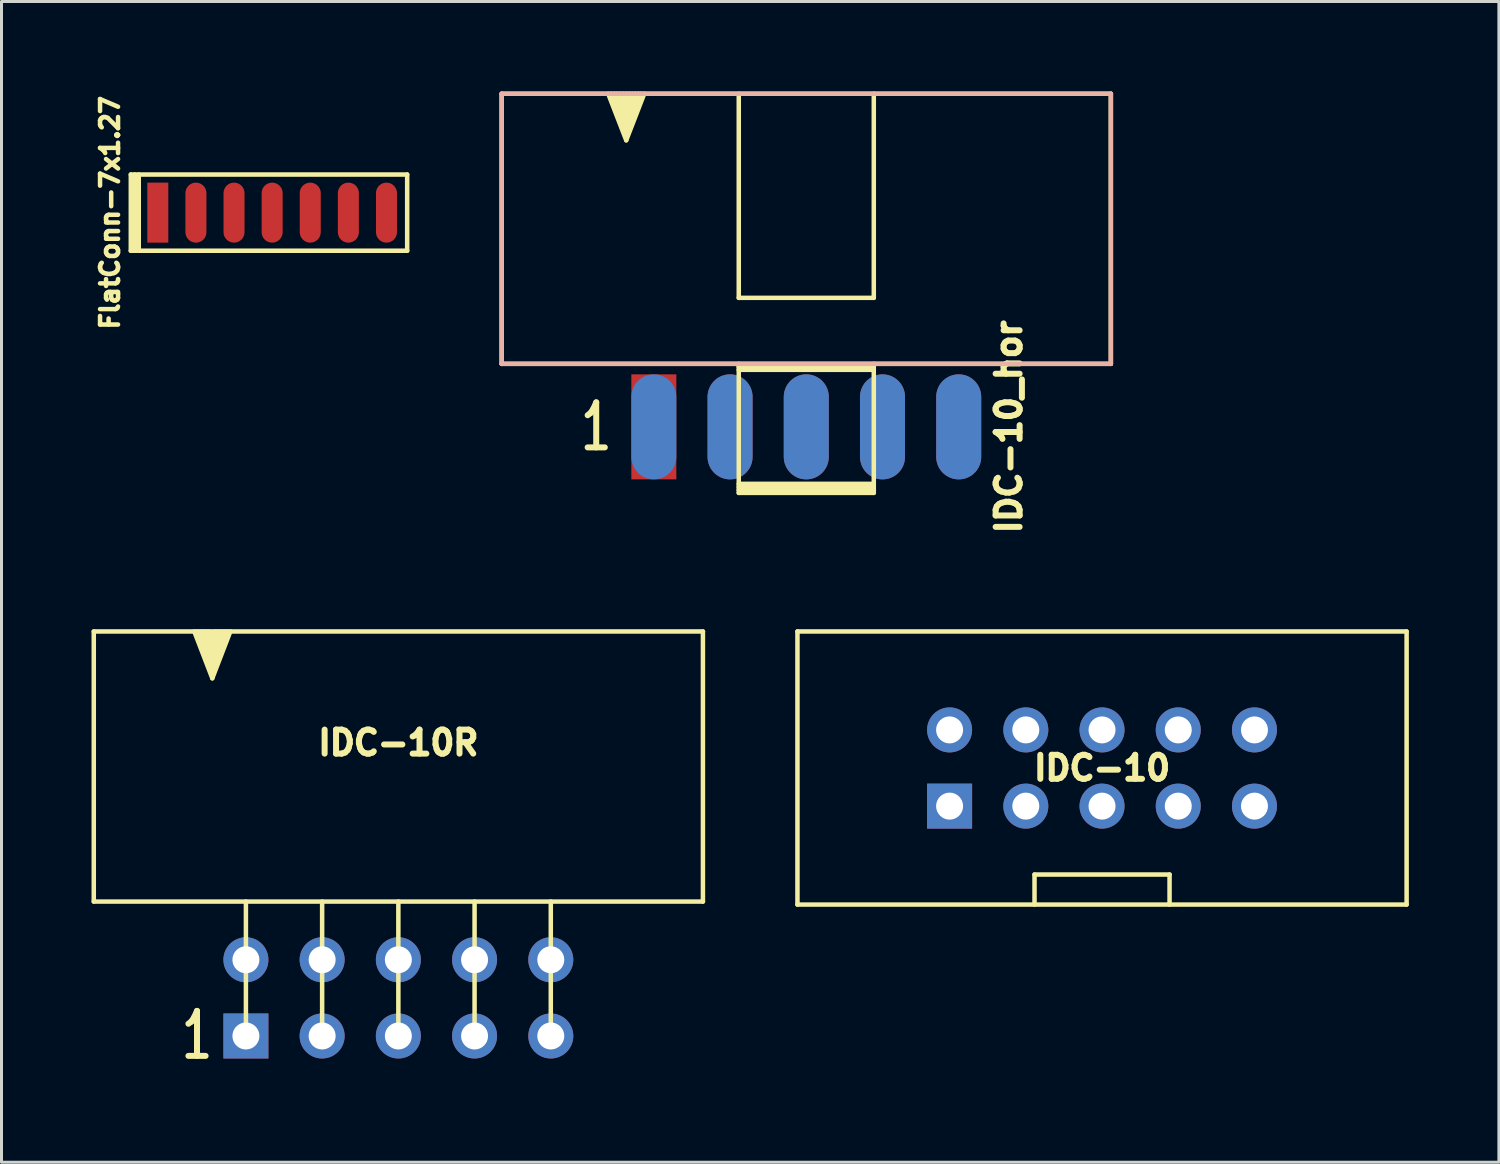
<source format=kicad_pcb>
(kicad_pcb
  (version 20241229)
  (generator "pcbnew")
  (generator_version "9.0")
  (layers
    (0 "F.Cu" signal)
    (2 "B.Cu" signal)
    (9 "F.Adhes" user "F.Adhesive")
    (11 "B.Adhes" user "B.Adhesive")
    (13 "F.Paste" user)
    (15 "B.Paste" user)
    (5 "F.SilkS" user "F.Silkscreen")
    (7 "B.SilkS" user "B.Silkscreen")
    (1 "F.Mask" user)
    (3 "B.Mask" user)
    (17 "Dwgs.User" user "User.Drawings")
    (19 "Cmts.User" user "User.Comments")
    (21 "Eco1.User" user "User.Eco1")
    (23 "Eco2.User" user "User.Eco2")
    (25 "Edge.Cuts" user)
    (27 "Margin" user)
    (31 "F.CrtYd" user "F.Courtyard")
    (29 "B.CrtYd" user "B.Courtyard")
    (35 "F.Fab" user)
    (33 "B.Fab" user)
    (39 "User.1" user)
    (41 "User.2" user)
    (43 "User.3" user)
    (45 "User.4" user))
  (footprint "FlatConn-7x1.27"
    (layer "F.Cu")
    (at 6.019 4.036)
    (property "Reference" "FlatConn-7x1.27" (at -5.405 0 90) (layer "F.SilkS") (effects (font (size 0.6 0.6) (thickness 0.15))))
    (attr through_hole)
    (fp_line (start -4.71 -1.27) (end 4.5 -1.27) (stroke (width 0.15) (type solid)) (layer "F.SilkS"))
    (fp_line (start -4.71 1.27) (end -4.71 -1.27) (stroke (width 0.15) (type solid)) (layer "F.SilkS"))
    (fp_line (start -4.71 1.27) (end 4.5 1.27) (stroke (width 0.15) (type solid)) (layer "F.SilkS"))
    (fp_line (start -4.572 -1.27) (end -4.572 1.27) (stroke (width 0.15) (type solid)) (layer "F.SilkS"))
    (fp_line (start -4.445 1.27) (end -4.445 -1.27) (stroke (width 0.15) (type solid)) (layer "F.SilkS"))
    (fp_line (start 4.5 -1.27) (end 4.5 1.27) (stroke (width 0.15) (type solid)) (layer "F.SilkS"))
    (pad "1" smd rect (at -3.81 0) (size 0.7 2) (layers "F.Cu" "F.Mask" "F.Paste"))
    (pad "2" smd oval (at -2.54 0) (size 0.7 2) (layers "F.Cu" "F.Mask" "F.Paste"))
    (pad "3" smd oval (at -1.27 0) (size 0.7 2) (layers "F.Cu" "F.Mask" "F.Paste"))
    (pad "4" smd oval (at 0 0) (size 0.7 2) (layers "F.Cu" "F.Mask" "F.Paste"))
    (pad "5" smd oval (at 1.27 0) (size 0.7 2) (layers "F.Cu" "F.Mask" "F.Paste"))
    (pad "6" smd oval (at 2.54 0) (size 0.7 2) (layers "F.Cu" "F.Mask" "F.Paste"))
    (pad "7" smd oval (at 3.81 0) (size 0.7 2) (layers "F.Cu" "F.Mask" "F.Paste")))
  (footprint "IDC-10_hor"
    (layer "F.Cu")
    (at 23.819 11.175)
    (property "Reference" "IDC-10_hor" (at 6.75 0 90) (layer "F.SilkS") (effects (font (size 0.8 0.8) (thickness 0.2))))
    (attr through_hole)
    (fp_line (start -10.15 -11.1) (end -10.15 -2.1) (stroke (width 0.15) (type solid)) (layer "F.SilkS"))
    (fp_line (start -6.5 -11.1) (end -6 -9.75) (stroke (width 0.15) (type solid)) (layer "F.SilkS"))
    (fp_line (start -6 -11) (end -6 -11.1) (stroke (width 0.15) (type solid)) (layer "F.SilkS"))
    (fp_line (start -6 -10.75) (end -6.1 -11.1) (stroke (width 0.15) (type solid)) (layer "F.SilkS"))
    (fp_line (start -6 -10.45) (end -6.2 -11.1) (stroke (width 0.15) (type solid)) (layer "F.SilkS"))
    (fp_line (start -6 -10.15) (end -6.3 -11.1) (stroke (width 0.15) (type solid)) (layer "F.SilkS"))
    (fp_line (start -6 -9.95) (end -6.4 -11.1) (stroke (width 0.15) (type solid)) (layer "F.SilkS"))
    (fp_line (start -6 -9.75) (end -5.5 -11.1) (stroke (width 0.15) (type solid)) (layer "F.SilkS"))
    (fp_line (start -6 -9.55) (end -6.6 -11.1) (stroke (width 0.15) (type solid)) (layer "F.SilkS"))
    (fp_line (start -5.9 -11.1) (end -6 -10.75) (stroke (width 0.15) (type solid)) (layer "F.SilkS"))
    (fp_line (start -5.8 -11.1) (end -6 -10.45) (stroke (width 0.15) (type solid)) (layer "F.SilkS"))
    (fp_line (start -5.7 -11.1) (end -6 -10.15) (stroke (width 0.15) (type solid)) (layer "F.SilkS"))
    (fp_line (start -5.6 -11.1) (end -6 -9.95) (stroke (width 0.15) (type solid)) (layer "F.SilkS"))
    (fp_line (start -5.4 -11.1) (end -6 -9.55) (stroke (width 0.15) (type solid)) (layer "F.SilkS"))
    (fp_line (start -2.25 -11.1) (end -2.25 -4.3) (stroke (width 0.15) (type solid)) (layer "F.SilkS"))
    (fp_line (start -2.25 -4.3) (end 2.25 -4.3) (stroke (width 0.15) (type solid)) (layer "F.SilkS"))
    (fp_line (start -2.25 -2) (end 2.25 -2) (stroke (width 0.15) (type solid)) (layer "F.SilkS"))
    (fp_line (start -2.25 -1.9) (end 2.25 -1.9) (stroke (width 0.15) (type solid)) (layer "F.SilkS"))
    (fp_line (start -2.25 1.9) (end 2.25 1.9) (stroke (width 0.15) (type solid)) (layer "F.SilkS"))
    (fp_line (start -2.25 2) (end 2.25 2) (stroke (width 0.15) (type solid)) (layer "F.SilkS"))
    (fp_line (start -2.25 2.1) (end 2.25 2.1) (stroke (width 0.15) (type solid)) (layer "F.SilkS"))
    (fp_line (start -2.25 2.2) (end -2.25 -2.1) (stroke (width 0.15) (type default)) (layer "F.SilkS"))
    (fp_line (start -2.25 2.2) (end 2.25 2.2) (stroke (width 0.15) (type solid)) (layer "F.SilkS"))
    (fp_line (start 2.25 -11.1) (end 2.25 -4.3) (stroke (width 0.15) (type solid)) (layer "F.SilkS"))
    (fp_line (start 2.25 2.2) (end 2.25 -2.1) (stroke (width 0.15) (type default)) (layer "F.SilkS"))
    (fp_line (start 10.15 -11.1) (end -10.15 -11.1) (stroke (width 0.15) (type solid)) (layer "F.SilkS"))
    (fp_line (start 10.15 -11.1) (end 10.15 -2.1) (stroke (width 0.15) (type solid)) (layer "F.SilkS"))
    (fp_line (start 10.15 -2.1) (end -10.15 -2.1) (stroke (width 0.15) (type solid)) (layer "F.SilkS"))
    (fp_line (start -10.15 -11.1) (end -10.15 -2.1) (stroke (width 0.15) (type solid)) (layer "B.SilkS"))
    (fp_line (start -10.15 -2.1) (end 10.15 -2.1) (stroke (width 0.15) (type solid)) (layer "B.SilkS"))
    (fp_line (start 10.15 -11.1) (end -10.15 -11.1) (stroke (width 0.15) (type solid)) (layer "B.SilkS"))
    (fp_line (start 10.15 -2.1) (end 10.15 -11.1) (stroke (width 0.15) (type solid)) (layer "B.SilkS"))
    (fp_text user "1" (at -7 0 0) (layer "F.SilkS") (effects (font (size 1.5 1) (thickness 0.2))))
    (pad "1" smd rect (at -5.08 0) (size 1.5 3.5) (layers "F.Cu" "F.Mask" "F.Paste"))
    (pad "2" smd oval (at -5.08 0) (size 1.5 3.5) (layers "B.Cu" "B.Mask" "B.Paste"))
    (pad "3" smd oval (at -2.54 0) (size 1.5 3.5) (layers "F.Cu" "F.Mask" "F.Paste"))
    (pad "4" smd oval (at -2.54 0) (size 1.5 3.5) (layers "B.Cu" "B.Mask" "B.Paste"))
    (pad "5" smd oval (at 0 0) (size 1.5 3.5) (layers "F.Cu" "F.Mask" "F.Paste"))
    (pad "6" smd oval (at 0 0) (size 1.5 3.5) (layers "B.Cu" "B.Mask" "B.Paste"))
    (pad "7" smd oval (at 2.54 0) (size 1.5 3.5) (layers "F.Cu" "F.Mask" "F.Paste"))
    (pad "8" smd oval (at 2.54 0) (size 1.5 3.5) (layers "B.Cu" "B.Mask" "B.Paste"))
    (pad "9" smd oval (at 5.08 0) (size 1.5 3.5) (layers "F.Cu" "F.Mask" "F.Paste"))
    (pad "10" smd oval (at 5.08 0) (size 1.5 3.5) (layers "B.Cu" "B.Mask" "B.Paste")))
  (footprint "IDC-10"
    (layer "F.Cu")
    (at 33.675 22.544)
    (property "Reference" "IDC-10" (at 0 0 0) (layer "F.SilkS") (effects (font (size 0.8 0.8) (thickness 0.2))))
    (attr through_hole)
    (fp_line (start -10.15 4.55) (end -10.15 -4.55) (stroke (width 0.15) (type solid)) (layer "F.SilkS"))
    (fp_line (start -10.15 4.55) (end 10.15 4.55) (stroke (width 0.15) (type solid)) (layer "F.SilkS"))
    (fp_line (start -2.25 3.55) (end -2.25 4.55) (stroke (width 0.15) (type solid)) (layer "F.SilkS"))
    (fp_line (start 2.25 3.55) (end -2.25 3.55) (stroke (width 0.15) (type solid)) (layer "F.SilkS"))
    (fp_line (start 2.25 3.55) (end 2.25 4.55) (stroke (width 0.15) (type solid)) (layer "F.SilkS"))
    (fp_line (start 10.15 -4.55) (end -10.15 -4.55) (stroke (width 0.15) (type solid)) (layer "F.SilkS"))
    (fp_line (start 10.15 4.55) (end 10.15 -4.55) (stroke (width 0.15) (type solid)) (layer "F.SilkS"))
    (pad "1" thru_hole rect (at -5.08 1.27) (size 1.5 1.5) (drill 0.9) (layers "*.Cu" "*.Mask"))
    (pad "2" thru_hole circle (at -5.08 -1.27) (size 1.5 1.5) (drill 0.9) (layers "*.Cu" "*.Mask"))
    (pad "3" thru_hole circle (at -2.54 1.27) (size 1.5 1.5) (drill 0.9) (layers "*.Cu" "*.Mask"))
    (pad "4" thru_hole circle (at -2.54 -1.27) (size 1.5 1.5) (drill 0.9) (layers "*.Cu" "*.Mask"))
    (pad "5" thru_hole circle (at 0 1.27) (size 1.5 1.5) (drill 0.9) (layers "*.Cu" "*.Mask"))
    (pad "6" thru_hole circle (at 0 -1.27) (size 1.5 1.5) (drill 0.9) (layers "*.Cu" "*.Mask"))
    (pad "7" thru_hole circle (at 2.54 1.27) (size 1.5 1.5) (drill 0.9) (layers "*.Cu" "*.Mask"))
    (pad "8" thru_hole circle (at 2.54 -1.27) (size 1.5 1.5) (drill 0.9) (layers "*.Cu" "*.Mask"))
    (pad "9" thru_hole circle (at 5.08 1.27) (size 1.5 1.5) (drill 0.9) (layers "*.Cu" "*.Mask"))
    (pad "10" thru_hole circle (at 5.08 -1.27) (size 1.5 1.5) (drill 0.9) (layers "*.Cu" "*.Mask")))
  (footprint "IDC-10R"
    (layer "F.Cu")
    (at 10.225 30.204)
    (property "Reference" "IDC-10R" (at 0 -8.5 0) (layer "F.SilkS") (effects (font (size 0.8 0.8) (thickness 0.2))))
    (attr through_hole)
    (fp_line (start -10.15 -12.21) (end -10.15 -3.21) (stroke (width 0.15) (type solid)) (layer "F.SilkS"))
    (fp_line (start -6.7 -12.21) (end -6.2 -10.85) (stroke (width 0.15) (type solid)) (layer "F.SilkS"))
    (fp_line (start -6.2 -12.1) (end -6.2 -12.2) (stroke (width 0.15) (type solid)) (layer "F.SilkS"))
    (fp_line (start -6.2 -11.85) (end -6.3 -12.21) (stroke (width 0.15) (type solid)) (layer "F.SilkS"))
    (fp_line (start -6.2 -11.55) (end -6.4 -12.21) (stroke (width 0.15) (type solid)) (layer "F.SilkS"))
    (fp_line (start -6.2 -11.25) (end -6.5 -12.21) (stroke (width 0.15) (type solid)) (layer "F.SilkS"))
    (fp_line (start -6.2 -11.05) (end -6.6 -12.21) (stroke (width 0.15) (type solid)) (layer "F.SilkS"))
    (fp_line (start -6.2 -10.85) (end -5.7 -12.21) (stroke (width 0.15) (type solid)) (layer "F.SilkS"))
    (fp_line (start -6.2 -10.65) (end -6.8 -12.21) (stroke (width 0.15) (type solid)) (layer "F.SilkS"))
    (fp_line (start -6.1 -12.21) (end -6.2 -11.85) (stroke (width 0.15) (type solid)) (layer "F.SilkS"))
    (fp_line (start -6 -12.21) (end -6.2 -11.55) (stroke (width 0.15) (type solid)) (layer "F.SilkS"))
    (fp_line (start -5.9 -12.21) (end -6.2 -11.25) (stroke (width 0.15) (type solid)) (layer "F.SilkS"))
    (fp_line (start -5.8 -12.21) (end -6.2 -11.05) (stroke (width 0.15) (type solid)) (layer "F.SilkS"))
    (fp_line (start -5.6 -12.21) (end -6.2 -10.65) (stroke (width 0.15) (type solid)) (layer "F.SilkS"))
    (fp_line (start -5.08 1.27) (end -5.08 -3.21) (stroke (width 0.15) (type solid)) (layer "F.SilkS"))
    (fp_line (start -2.54 1.27) (end -2.54 -3.21) (stroke (width 0.15) (type solid)) (layer "F.SilkS"))
    (fp_line (start 0 1.27) (end 0 -3.21) (stroke (width 0.15) (type solid)) (layer "F.SilkS"))
    (fp_line (start 2.54 1.27) (end 2.54 -3.21) (stroke (width 0.15) (type solid)) (layer "F.SilkS"))
    (fp_line (start 5.08 1.27) (end 5.08 -3.21) (stroke (width 0.15) (type solid)) (layer "F.SilkS"))
    (fp_line (start 10.15 -12.21) (end -10.15 -12.21) (stroke (width 0.15) (type solid)) (layer "F.SilkS"))
    (fp_line (start 10.15 -12.21) (end 10.15 -3.21) (stroke (width 0.15) (type solid)) (layer "F.SilkS"))
    (fp_line (start 10.15 -3.21) (end -10.15 -3.21) (stroke (width 0.15) (type solid)) (layer "F.SilkS"))
    (fp_text user "1" (at -6.71 1.25 0) (layer "F.SilkS") (effects (font (size 1.5 1) (thickness 0.2))))
    (pad "1" thru_hole rect (at -5.08 1.27) (size 1.5 1.5) (drill 0.9) (layers "*.Cu" "*.Mask"))
    (pad "2" thru_hole circle (at -5.08 -1.27) (size 1.5 1.5) (drill 0.9) (layers "*.Cu" "*.Mask"))
    (pad "3" thru_hole circle (at -2.54 1.27) (size 1.5 1.5) (drill 0.9) (layers "*.Cu" "*.Mask"))
    (pad "4" thru_hole circle (at -2.54 -1.27) (size 1.5 1.5) (drill 0.9) (layers "*.Cu" "*.Mask"))
    (pad "5" thru_hole circle (at 0 1.27) (size 1.5 1.5) (drill 0.9) (layers "*.Cu" "*.Mask"))
    (pad "6" thru_hole circle (at 0 -1.27) (size 1.5 1.5) (drill 0.9) (layers "*.Cu" "*.Mask"))
    (pad "7" thru_hole circle (at 2.54 1.27) (size 1.5 1.5) (drill 0.9) (layers "*.Cu" "*.Mask"))
    (pad "8" thru_hole circle (at 2.54 -1.27) (size 1.5 1.5) (drill 0.9) (layers "*.Cu" "*.Mask"))
    (pad "9" thru_hole circle (at 5.08 1.27) (size 1.5 1.5) (drill 0.9) (layers "*.Cu" "*.Mask"))
    (pad "10" thru_hole circle (at 5.08 -1.27) (size 1.5 1.5) (drill 0.9) (layers "*.Cu" "*.Mask")))
  (gr_rect
    (start -3 -3)
    (end 46.9 35.682)
    (stroke (width 0.1) (type default))
    (fill no)
    (layer "Edge.Cuts")))
</source>
